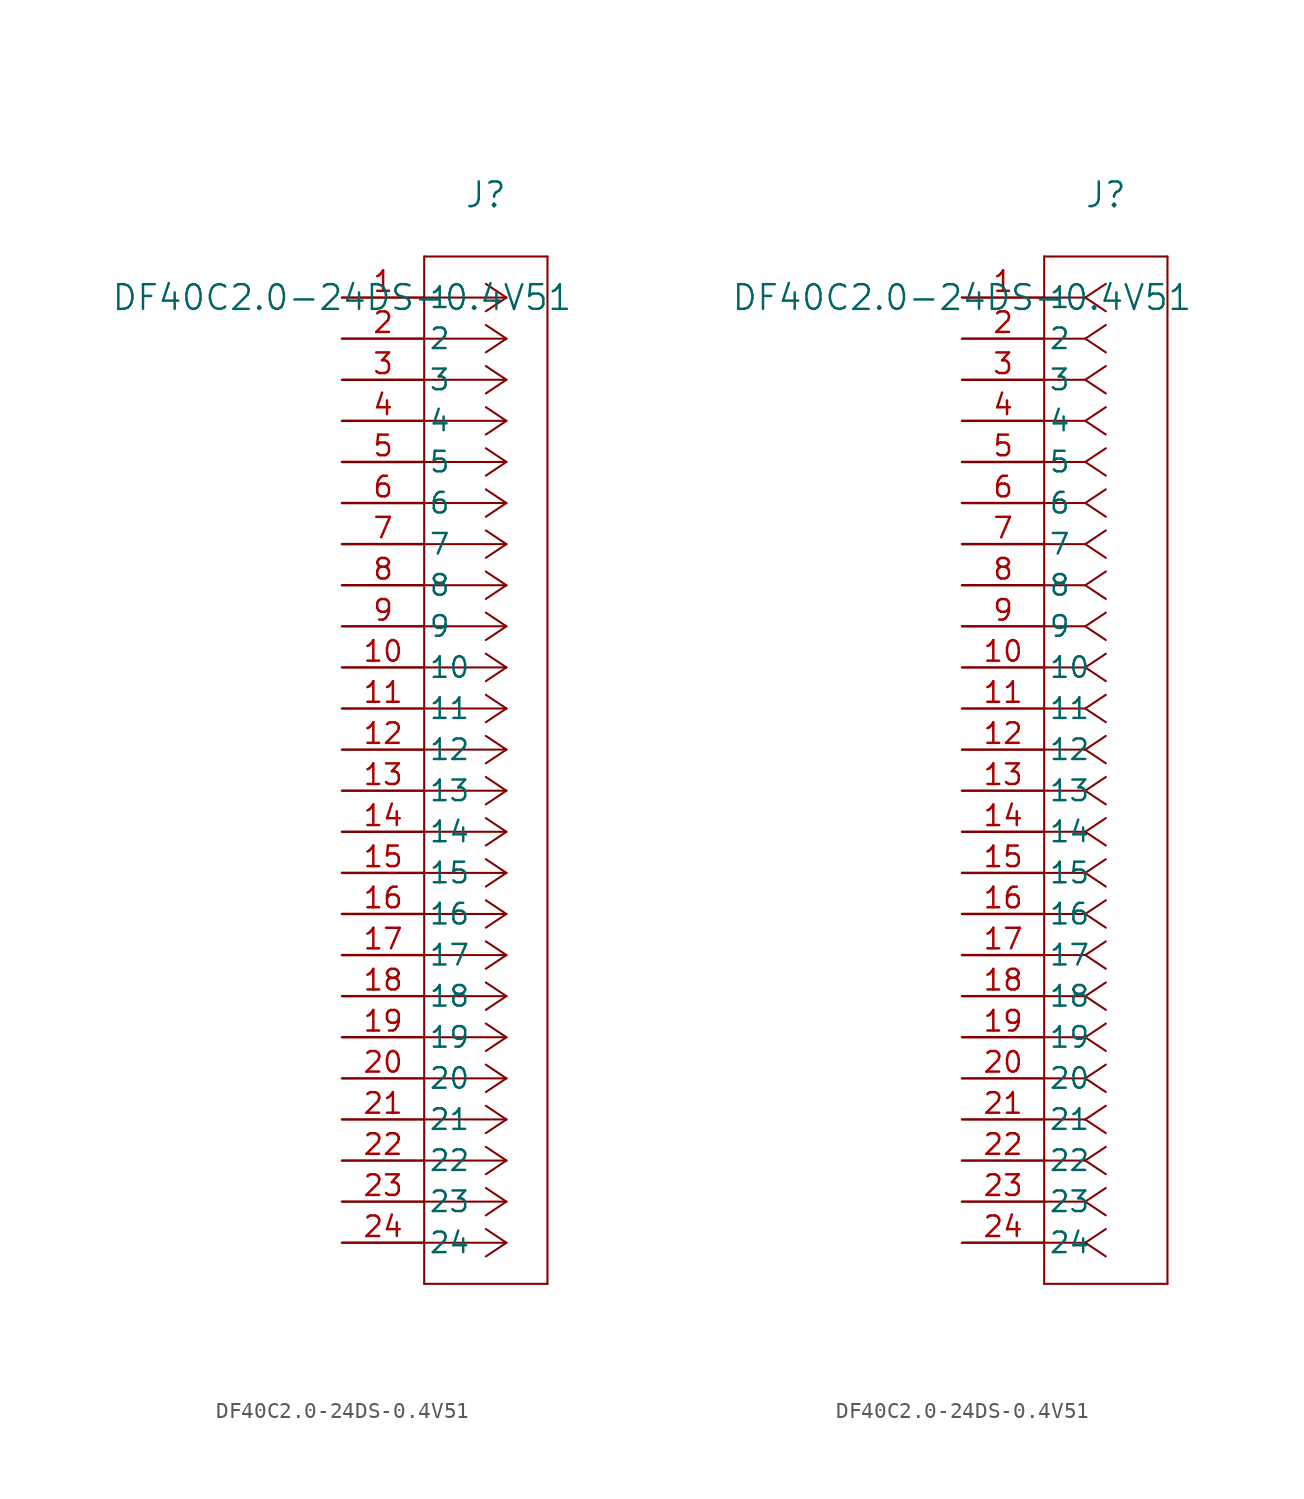
<source format=kicad_sym>
(kicad_symbol_lib
  (version 20211014)
  (generator kicad_symbol_editor)
  (symbol "DF40C2.0-24DS-0.4V51"
    (pin_names
      (offset 0.254))
    (property "Reference" "J"
      (at 8.89 6.35 0)
      (effects (font (size 1.524 1.524))))
    (property "Value" "DF40C2.0-24DS-0.4V51"
      (at 0 0 0)
      (effects (font (size 1.524 1.524))))
    (symbol "DF40C2.0-24DS-0.4V51_1_1"
      (polyline (pts (xy 10.16 0) (xy 5.08 0)) (stroke (width 0.127) (type default) (color 0 0 0 0)) (fill (type none)))
      (polyline (pts (xy 10.16 -2.54) (xy 5.08 -2.54)) (stroke (width 0.127) (type default) (color 0 0 0 0)) (fill (type none)))
      (polyline (pts (xy 10.16 -5.08) (xy 5.08 -5.08)) (stroke (width 0.127) (type default) (color 0 0 0 0)) (fill (type none)))
      (polyline (pts (xy 10.16 -7.62) (xy 5.08 -7.62)) (stroke (width 0.127) (type default) (color 0 0 0 0)) (fill (type none)))
      (polyline (pts (xy 10.16 -10.16) (xy 5.08 -10.16)) (stroke (width 0.127) (type default) (color 0 0 0 0)) (fill (type none)))
      (polyline (pts (xy 10.16 -12.7) (xy 5.08 -12.7)) (stroke (width 0.127) (type default) (color 0 0 0 0)) (fill (type none)))
      (polyline (pts (xy 10.16 -15.24) (xy 5.08 -15.24)) (stroke (width 0.127) (type default) (color 0 0 0 0)) (fill (type none)))
      (polyline (pts (xy 10.16 -17.78) (xy 5.08 -17.78)) (stroke (width 0.127) (type default) (color 0 0 0 0)) (fill (type none)))
      (polyline (pts (xy 10.16 -20.32) (xy 5.08 -20.32)) (stroke (width 0.127) (type default) (color 0 0 0 0)) (fill (type none)))
      (polyline (pts (xy 10.16 -22.86) (xy 5.08 -22.86)) (stroke (width 0.127) (type default) (color 0 0 0 0)) (fill (type none)))
      (polyline (pts (xy 10.16 -25.4) (xy 5.08 -25.4)) (stroke (width 0.127) (type default) (color 0 0 0 0)) (fill (type none)))
      (polyline (pts (xy 10.16 -27.94) (xy 5.08 -27.94)) (stroke (width 0.127) (type default) (color 0 0 0 0)) (fill (type none)))
      (polyline (pts (xy 10.16 -30.48) (xy 5.08 -30.48)) (stroke (width 0.127) (type default) (color 0 0 0 0)) (fill (type none)))
      (polyline (pts (xy 10.16 -33.02) (xy 5.08 -33.02)) (stroke (width 0.127) (type default) (color 0 0 0 0)) (fill (type none)))
      (polyline (pts (xy 10.16 -35.56) (xy 5.08 -35.56)) (stroke (width 0.127) (type default) (color 0 0 0 0)) (fill (type none)))
      (polyline (pts (xy 10.16 -38.1) (xy 5.08 -38.1)) (stroke (width 0.127) (type default) (color 0 0 0 0)) (fill (type none)))
      (polyline (pts (xy 10.16 -40.64) (xy 5.08 -40.64)) (stroke (width 0.127) (type default) (color 0 0 0 0)) (fill (type none)))
      (polyline (pts (xy 10.16 -43.18) (xy 5.08 -43.18)) (stroke (width 0.127) (type default) (color 0 0 0 0)) (fill (type none)))
      (polyline (pts (xy 10.16 -45.72) (xy 5.08 -45.72)) (stroke (width 0.127) (type default) (color 0 0 0 0)) (fill (type none)))
      (polyline (pts (xy 10.16 -48.26) (xy 5.08 -48.26)) (stroke (width 0.127) (type default) (color 0 0 0 0)) (fill (type none)))
      (polyline (pts (xy 10.16 -50.8) (xy 5.08 -50.8)) (stroke (width 0.127) (type default) (color 0 0 0 0)) (fill (type none)))
      (polyline (pts (xy 10.16 -53.34) (xy 5.08 -53.34)) (stroke (width 0.127) (type default) (color 0 0 0 0)) (fill (type none)))
      (polyline (pts (xy 10.16 -55.88) (xy 5.08 -55.88)) (stroke (width 0.127) (type default) (color 0 0 0 0)) (fill (type none)))
      (polyline (pts (xy 10.16 -58.42) (xy 5.08 -58.42)) (stroke (width 0.127) (type default) (color 0 0 0 0)) (fill (type none)))
      (polyline (pts (xy 10.16 0) (xy 8.89 0.847)) (stroke (width 0.127) (type default) (color 0 0 0 0)) (fill (type none)))
      (polyline (pts (xy 10.16 -2.54) (xy 8.89 -1.693)) (stroke (width 0.127) (type default) (color 0 0 0 0)) (fill (type none)))
      (polyline (pts (xy 10.16 -5.08) (xy 8.89 -4.233)) (stroke (width 0.127) (type default) (color 0 0 0 0)) (fill (type none)))
      (polyline (pts (xy 10.16 -7.62) (xy 8.89 -6.773)) (stroke (width 0.127) (type default) (color 0 0 0 0)) (fill (type none)))
      (polyline (pts (xy 10.16 -10.16) (xy 8.89 -9.313)) (stroke (width 0.127) (type default) (color 0 0 0 0)) (fill (type none)))
      (polyline (pts (xy 10.16 -12.7) (xy 8.89 -11.853)) (stroke (width 0.127) (type default) (color 0 0 0 0)) (fill (type none)))
      (polyline (pts (xy 10.16 -15.24) (xy 8.89 -14.393)) (stroke (width 0.127) (type default) (color 0 0 0 0)) (fill (type none)))
      (polyline (pts (xy 10.16 -17.78) (xy 8.89 -16.933)) (stroke (width 0.127) (type default) (color 0 0 0 0)) (fill (type none)))
      (polyline (pts (xy 10.16 -20.32) (xy 8.89 -19.473)) (stroke (width 0.127) (type default) (color 0 0 0 0)) (fill (type none)))
      (polyline (pts (xy 10.16 -22.86) (xy 8.89 -22.013)) (stroke (width 0.127) (type default) (color 0 0 0 0)) (fill (type none)))
      (polyline (pts (xy 10.16 -25.4) (xy 8.89 -24.553)) (stroke (width 0.127) (type default) (color 0 0 0 0)) (fill (type none)))
      (polyline (pts (xy 10.16 -27.94) (xy 8.89 -27.093)) (stroke (width 0.127) (type default) (color 0 0 0 0)) (fill (type none)))
      (polyline (pts (xy 10.16 -30.48) (xy 8.89 -29.633)) (stroke (width 0.127) (type default) (color 0 0 0 0)) (fill (type none)))
      (polyline (pts (xy 10.16 -33.02) (xy 8.89 -32.173)) (stroke (width 0.127) (type default) (color 0 0 0 0)) (fill (type none)))
      (polyline (pts (xy 10.16 -35.56) (xy 8.89 -34.713)) (stroke (width 0.127) (type default) (color 0 0 0 0)) (fill (type none)))
      (polyline (pts (xy 10.16 -38.1) (xy 8.89 -37.253)) (stroke (width 0.127) (type default) (color 0 0 0 0)) (fill (type none)))
      (polyline (pts (xy 10.16 -40.64) (xy 8.89 -39.793)) (stroke (width 0.127) (type default) (color 0 0 0 0)) (fill (type none)))
      (polyline (pts (xy 10.16 -43.18) (xy 8.89 -42.333)) (stroke (width 0.127) (type default) (color 0 0 0 0)) (fill (type none)))
      (polyline (pts (xy 10.16 -45.72) (xy 8.89 -44.873)) (stroke (width 0.127) (type default) (color 0 0 0 0)) (fill (type none)))
      (polyline (pts (xy 10.16 -48.26) (xy 8.89 -47.413)) (stroke (width 0.127) (type default) (color 0 0 0 0)) (fill (type none)))
      (polyline (pts (xy 10.16 -50.8) (xy 8.89 -49.953)) (stroke (width 0.127) (type default) (color 0 0 0 0)) (fill (type none)))
      (polyline (pts (xy 10.16 -53.34) (xy 8.89 -52.493)) (stroke (width 0.127) (type default) (color 0 0 0 0)) (fill (type none)))
      (polyline (pts (xy 10.16 -55.88) (xy 8.89 -55.033)) (stroke (width 0.127) (type default) (color 0 0 0 0)) (fill (type none)))
      (polyline (pts (xy 10.16 -58.42) (xy 8.89 -57.573)) (stroke (width 0.127) (type default) (color 0 0 0 0)) (fill (type none)))
      (polyline (pts (xy 10.16 0) (xy 8.89 -0.847)) (stroke (width 0.127) (type default) (color 0 0 0 0)) (fill (type none)))
      (polyline (pts (xy 10.16 -2.54) (xy 8.89 -3.387)) (stroke (width 0.127) (type default) (color 0 0 0 0)) (fill (type none)))
      (polyline (pts (xy 10.16 -5.08) (xy 8.89 -5.927)) (stroke (width 0.127) (type default) (color 0 0 0 0)) (fill (type none)))
      (polyline (pts (xy 10.16 -7.62) (xy 8.89 -8.467)) (stroke (width 0.127) (type default) (color 0 0 0 0)) (fill (type none)))
      (polyline (pts (xy 10.16 -10.16) (xy 8.89 -11.007)) (stroke (width 0.127) (type default) (color 0 0 0 0)) (fill (type none)))
      (polyline (pts (xy 10.16 -12.7) (xy 8.89 -13.547)) (stroke (width 0.127) (type default) (color 0 0 0 0)) (fill (type none)))
      (polyline (pts (xy 10.16 -15.24) (xy 8.89 -16.087)) (stroke (width 0.127) (type default) (color 0 0 0 0)) (fill (type none)))
      (polyline (pts (xy 10.16 -17.78) (xy 8.89 -18.627)) (stroke (width 0.127) (type default) (color 0 0 0 0)) (fill (type none)))
      (polyline (pts (xy 10.16 -20.32) (xy 8.89 -21.167)) (stroke (width 0.127) (type default) (color 0 0 0 0)) (fill (type none)))
      (polyline (pts (xy 10.16 -22.86) (xy 8.89 -23.707)) (stroke (width 0.127) (type default) (color 0 0 0 0)) (fill (type none)))
      (polyline (pts (xy 10.16 -25.4) (xy 8.89 -26.247)) (stroke (width 0.127) (type default) (color 0 0 0 0)) (fill (type none)))
      (polyline (pts (xy 10.16 -27.94) (xy 8.89 -28.787)) (stroke (width 0.127) (type default) (color 0 0 0 0)) (fill (type none)))
      (polyline (pts (xy 10.16 -30.48) (xy 8.89 -31.327)) (stroke (width 0.127) (type default) (color 0 0 0 0)) (fill (type none)))
      (polyline (pts (xy 10.16 -33.02) (xy 8.89 -33.867)) (stroke (width 0.127) (type default) (color 0 0 0 0)) (fill (type none)))
      (polyline (pts (xy 10.16 -35.56) (xy 8.89 -36.407)) (stroke (width 0.127) (type default) (color 0 0 0 0)) (fill (type none)))
      (polyline (pts (xy 10.16 -38.1) (xy 8.89 -38.947)) (stroke (width 0.127) (type default) (color 0 0 0 0)) (fill (type none)))
      (polyline (pts (xy 10.16 -40.64) (xy 8.89 -41.487)) (stroke (width 0.127) (type default) (color 0 0 0 0)) (fill (type none)))
      (polyline (pts (xy 10.16 -43.18) (xy 8.89 -44.027)) (stroke (width 0.127) (type default) (color 0 0 0 0)) (fill (type none)))
      (polyline (pts (xy 10.16 -45.72) (xy 8.89 -46.567)) (stroke (width 0.127) (type default) (color 0 0 0 0)) (fill (type none)))
      (polyline (pts (xy 10.16 -48.26) (xy 8.89 -49.107)) (stroke (width 0.127) (type default) (color 0 0 0 0)) (fill (type none)))
      (polyline (pts (xy 10.16 -50.8) (xy 8.89 -51.647)) (stroke (width 0.127) (type default) (color 0 0 0 0)) (fill (type none)))
      (polyline (pts (xy 10.16 -53.34) (xy 8.89 -54.187)) (stroke (width 0.127) (type default) (color 0 0 0 0)) (fill (type none)))
      (polyline (pts (xy 10.16 -55.88) (xy 8.89 -56.727)) (stroke (width 0.127) (type default) (color 0 0 0 0)) (fill (type none)))
      (polyline (pts (xy 10.16 -58.42) (xy 8.89 -59.267)) (stroke (width 0.127) (type default) (color 0 0 0 0)) (fill (type none)))
      (polyline (pts (xy 5.08 2.54) (xy 5.08 -60.96)) (stroke (width 0.127) (type default) (color 0 0 0 0)) (fill (type none)))
      (polyline (pts (xy 5.08 -60.96) (xy 12.7 -60.96)) (stroke (width 0.127) (type default) (color 0 0 0 0)) (fill (type none)))
      (polyline (pts (xy 12.7 -60.96) (xy 12.7 2.54)) (stroke (width 0.127) (type default) (color 0 0 0 0)) (fill (type none)))
      (polyline (pts (xy 12.7 2.54) (xy 5.08 2.54)) (stroke (width 0.127) (type default) (color 0 0 0 0)) (fill (type none)))
      (pin unspecified line (at 0 0 0) (length 5.08) (name "1" (effects (font (size 1.27 1.27)))) (number "1" (effects (font (size 1.27 1.27)))))
      (pin unspecified line (at 0 -2.54 0) (length 5.08) (name "2" (effects (font (size 1.27 1.27)))) (number "2" (effects (font (size 1.27 1.27)))))
      (pin unspecified line (at 0 -5.08 0) (length 5.08) (name "3" (effects (font (size 1.27 1.27)))) (number "3" (effects (font (size 1.27 1.27)))))
      (pin unspecified line (at 0 -7.62 0) (length 5.08) (name "4" (effects (font (size 1.27 1.27)))) (number "4" (effects (font (size 1.27 1.27)))))
      (pin unspecified line (at 0 -10.16 0) (length 5.08) (name "5" (effects (font (size 1.27 1.27)))) (number "5" (effects (font (size 1.27 1.27)))))
      (pin unspecified line (at 0 -12.7 0) (length 5.08) (name "6" (effects (font (size 1.27 1.27)))) (number "6" (effects (font (size 1.27 1.27)))))
      (pin unspecified line (at 0 -15.24 0) (length 5.08) (name "7" (effects (font (size 1.27 1.27)))) (number "7" (effects (font (size 1.27 1.27)))))
      (pin unspecified line (at 0 -17.78 0) (length 5.08) (name "8" (effects (font (size 1.27 1.27)))) (number "8" (effects (font (size 1.27 1.27)))))
      (pin unspecified line (at 0 -20.32 0) (length 5.08) (name "9" (effects (font (size 1.27 1.27)))) (number "9" (effects (font (size 1.27 1.27)))))
      (pin unspecified line (at 0 -22.86 0) (length 5.08) (name "10" (effects (font (size 1.27 1.27)))) (number "10" (effects (font (size 1.27 1.27)))))
      (pin unspecified line (at 0 -25.4 0) (length 5.08) (name "11" (effects (font (size 1.27 1.27)))) (number "11" (effects (font (size 1.27 1.27)))))
      (pin unspecified line (at 0 -27.94 0) (length 5.08) (name "12" (effects (font (size 1.27 1.27)))) (number "12" (effects (font (size 1.27 1.27)))))
      (pin unspecified line (at 0 -30.48 0) (length 5.08) (name "13" (effects (font (size 1.27 1.27)))) (number "13" (effects (font (size 1.27 1.27)))))
      (pin unspecified line (at 0 -33.02 0) (length 5.08) (name "14" (effects (font (size 1.27 1.27)))) (number "14" (effects (font (size 1.27 1.27)))))
      (pin unspecified line (at 0 -35.56 0) (length 5.08) (name "15" (effects (font (size 1.27 1.27)))) (number "15" (effects (font (size 1.27 1.27)))))
      (pin unspecified line (at 0 -38.1 0) (length 5.08) (name "16" (effects (font (size 1.27 1.27)))) (number "16" (effects (font (size 1.27 1.27)))))
      (pin unspecified line (at 0 -40.64 0) (length 5.08) (name "17" (effects (font (size 1.27 1.27)))) (number "17" (effects (font (size 1.27 1.27)))))
      (pin unspecified line (at 0 -43.18 0) (length 5.08) (name "18" (effects (font (size 1.27 1.27)))) (number "18" (effects (font (size 1.27 1.27)))))
      (pin unspecified line (at 0 -45.72 0) (length 5.08) (name "19" (effects (font (size 1.27 1.27)))) (number "19" (effects (font (size 1.27 1.27)))))
      (pin unspecified line (at 0 -48.26 0) (length 5.08) (name "20" (effects (font (size 1.27 1.27)))) (number "20" (effects (font (size 1.27 1.27)))))
      (pin unspecified line (at 0 -50.8 0) (length 5.08) (name "21" (effects (font (size 1.27 1.27)))) (number "21" (effects (font (size 1.27 1.27)))))
      (pin unspecified line (at 0 -53.34 0) (length 5.08) (name "22" (effects (font (size 1.27 1.27)))) (number "22" (effects (font (size 1.27 1.27)))))
      (pin unspecified line (at 0 -55.88 0) (length 5.08) (name "23" (effects (font (size 1.27 1.27)))) (number "23" (effects (font (size 1.27 1.27)))))
      (pin unspecified line (at 0 -58.42 0) (length 5.08) (name "24" (effects (font (size 1.27 1.27)))) (number "24" (effects (font (size 1.27 1.27))))))
    (symbol "DF40C2.0-24DS-0.4V51_1_2"
      (polyline (pts (xy 7.62 0) (xy 5.08 0)) (stroke (width 0.127) (type default) (color 0 0 0 0)) (fill (type none)))
      (polyline (pts (xy 7.62 -2.54) (xy 5.08 -2.54)) (stroke (width 0.127) (type default) (color 0 0 0 0)) (fill (type none)))
      (polyline (pts (xy 7.62 -5.08) (xy 5.08 -5.08)) (stroke (width 0.127) (type default) (color 0 0 0 0)) (fill (type none)))
      (polyline (pts (xy 7.62 -7.62) (xy 5.08 -7.62)) (stroke (width 0.127) (type default) (color 0 0 0 0)) (fill (type none)))
      (polyline (pts (xy 7.62 -10.16) (xy 5.08 -10.16)) (stroke (width 0.127) (type default) (color 0 0 0 0)) (fill (type none)))
      (polyline (pts (xy 7.62 -12.7) (xy 5.08 -12.7)) (stroke (width 0.127) (type default) (color 0 0 0 0)) (fill (type none)))
      (polyline (pts (xy 7.62 -15.24) (xy 5.08 -15.24)) (stroke (width 0.127) (type default) (color 0 0 0 0)) (fill (type none)))
      (polyline (pts (xy 7.62 -17.78) (xy 5.08 -17.78)) (stroke (width 0.127) (type default) (color 0 0 0 0)) (fill (type none)))
      (polyline (pts (xy 7.62 -20.32) (xy 5.08 -20.32)) (stroke (width 0.127) (type default) (color 0 0 0 0)) (fill (type none)))
      (polyline (pts (xy 7.62 -22.86) (xy 5.08 -22.86)) (stroke (width 0.127) (type default) (color 0 0 0 0)) (fill (type none)))
      (polyline (pts (xy 7.62 -25.4) (xy 5.08 -25.4)) (stroke (width 0.127) (type default) (color 0 0 0 0)) (fill (type none)))
      (polyline (pts (xy 7.62 -27.94) (xy 5.08 -27.94)) (stroke (width 0.127) (type default) (color 0 0 0 0)) (fill (type none)))
      (polyline (pts (xy 7.62 -30.48) (xy 5.08 -30.48)) (stroke (width 0.127) (type default) (color 0 0 0 0)) (fill (type none)))
      (polyline (pts (xy 7.62 -33.02) (xy 5.08 -33.02)) (stroke (width 0.127) (type default) (color 0 0 0 0)) (fill (type none)))
      (polyline (pts (xy 7.62 -35.56) (xy 5.08 -35.56)) (stroke (width 0.127) (type default) (color 0 0 0 0)) (fill (type none)))
      (polyline (pts (xy 7.62 -38.1) (xy 5.08 -38.1)) (stroke (width 0.127) (type default) (color 0 0 0 0)) (fill (type none)))
      (polyline (pts (xy 7.62 -40.64) (xy 5.08 -40.64)) (stroke (width 0.127) (type default) (color 0 0 0 0)) (fill (type none)))
      (polyline (pts (xy 7.62 -43.18) (xy 5.08 -43.18)) (stroke (width 0.127) (type default) (color 0 0 0 0)) (fill (type none)))
      (polyline (pts (xy 7.62 -45.72) (xy 5.08 -45.72)) (stroke (width 0.127) (type default) (color 0 0 0 0)) (fill (type none)))
      (polyline (pts (xy 7.62 -48.26) (xy 5.08 -48.26)) (stroke (width 0.127) (type default) (color 0 0 0 0)) (fill (type none)))
      (polyline (pts (xy 7.62 -50.8) (xy 5.08 -50.8)) (stroke (width 0.127) (type default) (color 0 0 0 0)) (fill (type none)))
      (polyline (pts (xy 7.62 -53.34) (xy 5.08 -53.34)) (stroke (width 0.127) (type default) (color 0 0 0 0)) (fill (type none)))
      (polyline (pts (xy 7.62 -55.88) (xy 5.08 -55.88)) (stroke (width 0.127) (type default) (color 0 0 0 0)) (fill (type none)))
      (polyline (pts (xy 7.62 -58.42) (xy 5.08 -58.42)) (stroke (width 0.127) (type default) (color 0 0 0 0)) (fill (type none)))
      (polyline (pts (xy 7.62 0) (xy 8.89 0.847)) (stroke (width 0.127) (type default) (color 0 0 0 0)) (fill (type none)))
      (polyline (pts (xy 7.62 -2.54) (xy 8.89 -1.693)) (stroke (width 0.127) (type default) (color 0 0 0 0)) (fill (type none)))
      (polyline (pts (xy 7.62 -5.08) (xy 8.89 -4.233)) (stroke (width 0.127) (type default) (color 0 0 0 0)) (fill (type none)))
      (polyline (pts (xy 7.62 -7.62) (xy 8.89 -6.773)) (stroke (width 0.127) (type default) (color 0 0 0 0)) (fill (type none)))
      (polyline (pts (xy 7.62 -10.16) (xy 8.89 -9.313)) (stroke (width 0.127) (type default) (color 0 0 0 0)) (fill (type none)))
      (polyline (pts (xy 7.62 -12.7) (xy 8.89 -11.853)) (stroke (width 0.127) (type default) (color 0 0 0 0)) (fill (type none)))
      (polyline (pts (xy 7.62 -15.24) (xy 8.89 -14.393)) (stroke (width 0.127) (type default) (color 0 0 0 0)) (fill (type none)))
      (polyline (pts (xy 7.62 -17.78) (xy 8.89 -16.933)) (stroke (width 0.127) (type default) (color 0 0 0 0)) (fill (type none)))
      (polyline (pts (xy 7.62 -20.32) (xy 8.89 -19.473)) (stroke (width 0.127) (type default) (color 0 0 0 0)) (fill (type none)))
      (polyline (pts (xy 7.62 -22.86) (xy 8.89 -22.013)) (stroke (width 0.127) (type default) (color 0 0 0 0)) (fill (type none)))
      (polyline (pts (xy 7.62 -25.4) (xy 8.89 -24.553)) (stroke (width 0.127) (type default) (color 0 0 0 0)) (fill (type none)))
      (polyline (pts (xy 7.62 -27.94) (xy 8.89 -27.093)) (stroke (width 0.127) (type default) (color 0 0 0 0)) (fill (type none)))
      (polyline (pts (xy 7.62 -30.48) (xy 8.89 -29.633)) (stroke (width 0.127) (type default) (color 0 0 0 0)) (fill (type none)))
      (polyline (pts (xy 7.62 -33.02) (xy 8.89 -32.173)) (stroke (width 0.127) (type default) (color 0 0 0 0)) (fill (type none)))
      (polyline (pts (xy 7.62 -35.56) (xy 8.89 -34.713)) (stroke (width 0.127) (type default) (color 0 0 0 0)) (fill (type none)))
      (polyline (pts (xy 7.62 -38.1) (xy 8.89 -37.253)) (stroke (width 0.127) (type default) (color 0 0 0 0)) (fill (type none)))
      (polyline (pts (xy 7.62 -40.64) (xy 8.89 -39.793)) (stroke (width 0.127) (type default) (color 0 0 0 0)) (fill (type none)))
      (polyline (pts (xy 7.62 -43.18) (xy 8.89 -42.333)) (stroke (width 0.127) (type default) (color 0 0 0 0)) (fill (type none)))
      (polyline (pts (xy 7.62 -45.72) (xy 8.89 -44.873)) (stroke (width 0.127) (type default) (color 0 0 0 0)) (fill (type none)))
      (polyline (pts (xy 7.62 -48.26) (xy 8.89 -47.413)) (stroke (width 0.127) (type default) (color 0 0 0 0)) (fill (type none)))
      (polyline (pts (xy 7.62 -50.8) (xy 8.89 -49.953)) (stroke (width 0.127) (type default) (color 0 0 0 0)) (fill (type none)))
      (polyline (pts (xy 7.62 -53.34) (xy 8.89 -52.493)) (stroke (width 0.127) (type default) (color 0 0 0 0)) (fill (type none)))
      (polyline (pts (xy 7.62 -55.88) (xy 8.89 -55.033)) (stroke (width 0.127) (type default) (color 0 0 0 0)) (fill (type none)))
      (polyline (pts (xy 7.62 -58.42) (xy 8.89 -57.573)) (stroke (width 0.127) (type default) (color 0 0 0 0)) (fill (type none)))
      (polyline (pts (xy 7.62 0) (xy 8.89 -0.847)) (stroke (width 0.127) (type default) (color 0 0 0 0)) (fill (type none)))
      (polyline (pts (xy 7.62 -2.54) (xy 8.89 -3.387)) (stroke (width 0.127) (type default) (color 0 0 0 0)) (fill (type none)))
      (polyline (pts (xy 7.62 -5.08) (xy 8.89 -5.927)) (stroke (width 0.127) (type default) (color 0 0 0 0)) (fill (type none)))
      (polyline (pts (xy 7.62 -7.62) (xy 8.89 -8.467)) (stroke (width 0.127) (type default) (color 0 0 0 0)) (fill (type none)))
      (polyline (pts (xy 7.62 -10.16) (xy 8.89 -11.007)) (stroke (width 0.127) (type default) (color 0 0 0 0)) (fill (type none)))
      (polyline (pts (xy 7.62 -12.7) (xy 8.89 -13.547)) (stroke (width 0.127) (type default) (color 0 0 0 0)) (fill (type none)))
      (polyline (pts (xy 7.62 -15.24) (xy 8.89 -16.087)) (stroke (width 0.127) (type default) (color 0 0 0 0)) (fill (type none)))
      (polyline (pts (xy 7.62 -17.78) (xy 8.89 -18.627)) (stroke (width 0.127) (type default) (color 0 0 0 0)) (fill (type none)))
      (polyline (pts (xy 7.62 -20.32) (xy 8.89 -21.167)) (stroke (width 0.127) (type default) (color 0 0 0 0)) (fill (type none)))
      (polyline (pts (xy 7.62 -22.86) (xy 8.89 -23.707)) (stroke (width 0.127) (type default) (color 0 0 0 0)) (fill (type none)))
      (polyline (pts (xy 7.62 -25.4) (xy 8.89 -26.247)) (stroke (width 0.127) (type default) (color 0 0 0 0)) (fill (type none)))
      (polyline (pts (xy 7.62 -27.94) (xy 8.89 -28.787)) (stroke (width 0.127) (type default) (color 0 0 0 0)) (fill (type none)))
      (polyline (pts (xy 7.62 -30.48) (xy 8.89 -31.327)) (stroke (width 0.127) (type default) (color 0 0 0 0)) (fill (type none)))
      (polyline (pts (xy 7.62 -33.02) (xy 8.89 -33.867)) (stroke (width 0.127) (type default) (color 0 0 0 0)) (fill (type none)))
      (polyline (pts (xy 7.62 -35.56) (xy 8.89 -36.407)) (stroke (width 0.127) (type default) (color 0 0 0 0)) (fill (type none)))
      (polyline (pts (xy 7.62 -38.1) (xy 8.89 -38.947)) (stroke (width 0.127) (type default) (color 0 0 0 0)) (fill (type none)))
      (polyline (pts (xy 7.62 -40.64) (xy 8.89 -41.487)) (stroke (width 0.127) (type default) (color 0 0 0 0)) (fill (type none)))
      (polyline (pts (xy 7.62 -43.18) (xy 8.89 -44.027)) (stroke (width 0.127) (type default) (color 0 0 0 0)) (fill (type none)))
      (polyline (pts (xy 7.62 -45.72) (xy 8.89 -46.567)) (stroke (width 0.127) (type default) (color 0 0 0 0)) (fill (type none)))
      (polyline (pts (xy 7.62 -48.26) (xy 8.89 -49.107)) (stroke (width 0.127) (type default) (color 0 0 0 0)) (fill (type none)))
      (polyline (pts (xy 7.62 -50.8) (xy 8.89 -51.647)) (stroke (width 0.127) (type default) (color 0 0 0 0)) (fill (type none)))
      (polyline (pts (xy 7.62 -53.34) (xy 8.89 -54.187)) (stroke (width 0.127) (type default) (color 0 0 0 0)) (fill (type none)))
      (polyline (pts (xy 7.62 -55.88) (xy 8.89 -56.727)) (stroke (width 0.127) (type default) (color 0 0 0 0)) (fill (type none)))
      (polyline (pts (xy 7.62 -58.42) (xy 8.89 -59.267)) (stroke (width 0.127) (type default) (color 0 0 0 0)) (fill (type none)))
      (polyline (pts (xy 5.08 2.54) (xy 5.08 -60.96)) (stroke (width 0.127) (type default) (color 0 0 0 0)) (fill (type none)))
      (polyline (pts (xy 5.08 -60.96) (xy 12.7 -60.96)) (stroke (width 0.127) (type default) (color 0 0 0 0)) (fill (type none)))
      (polyline (pts (xy 12.7 -60.96) (xy 12.7 2.54)) (stroke (width 0.127) (type default) (color 0 0 0 0)) (fill (type none)))
      (polyline (pts (xy 12.7 2.54) (xy 5.08 2.54)) (stroke (width 0.127) (type default) (color 0 0 0 0)) (fill (type none)))
      (pin unspecified line (at 0 0 0) (length 5.08) (name "1" (effects (font (size 1.27 1.27)))) (number "1" (effects (font (size 1.27 1.27)))))
      (pin unspecified line (at 0 -2.54 0) (length 5.08) (name "2" (effects (font (size 1.27 1.27)))) (number "2" (effects (font (size 1.27 1.27)))))
      (pin unspecified line (at 0 -5.08 0) (length 5.08) (name "3" (effects (font (size 1.27 1.27)))) (number "3" (effects (font (size 1.27 1.27)))))
      (pin unspecified line (at 0 -7.62 0) (length 5.08) (name "4" (effects (font (size 1.27 1.27)))) (number "4" (effects (font (size 1.27 1.27)))))
      (pin unspecified line (at 0 -10.16 0) (length 5.08) (name "5" (effects (font (size 1.27 1.27)))) (number "5" (effects (font (size 1.27 1.27)))))
      (pin unspecified line (at 0 -12.7 0) (length 5.08) (name "6" (effects (font (size 1.27 1.27)))) (number "6" (effects (font (size 1.27 1.27)))))
      (pin unspecified line (at 0 -15.24 0) (length 5.08) (name "7" (effects (font (size 1.27 1.27)))) (number "7" (effects (font (size 1.27 1.27)))))
      (pin unspecified line (at 0 -17.78 0) (length 5.08) (name "8" (effects (font (size 1.27 1.27)))) (number "8" (effects (font (size 1.27 1.27)))))
      (pin unspecified line (at 0 -20.32 0) (length 5.08) (name "9" (effects (font (size 1.27 1.27)))) (number "9" (effects (font (size 1.27 1.27)))))
      (pin unspecified line (at 0 -22.86 0) (length 5.08) (name "10" (effects (font (size 1.27 1.27)))) (number "10" (effects (font (size 1.27 1.27)))))
      (pin unspecified line (at 0 -25.4 0) (length 5.08) (name "11" (effects (font (size 1.27 1.27)))) (number "11" (effects (font (size 1.27 1.27)))))
      (pin unspecified line (at 0 -27.94 0) (length 5.08) (name "12" (effects (font (size 1.27 1.27)))) (number "12" (effects (font (size 1.27 1.27)))))
      (pin unspecified line (at 0 -30.48 0) (length 5.08) (name "13" (effects (font (size 1.27 1.27)))) (number "13" (effects (font (size 1.27 1.27)))))
      (pin unspecified line (at 0 -33.02 0) (length 5.08) (name "14" (effects (font (size 1.27 1.27)))) (number "14" (effects (font (size 1.27 1.27)))))
      (pin unspecified line (at 0 -35.56 0) (length 5.08) (name "15" (effects (font (size 1.27 1.27)))) (number "15" (effects (font (size 1.27 1.27)))))
      (pin unspecified line (at 0 -38.1 0) (length 5.08) (name "16" (effects (font (size 1.27 1.27)))) (number "16" (effects (font (size 1.27 1.27)))))
      (pin unspecified line (at 0 -40.64 0) (length 5.08) (name "17" (effects (font (size 1.27 1.27)))) (number "17" (effects (font (size 1.27 1.27)))))
      (pin unspecified line (at 0 -43.18 0) (length 5.08) (name "18" (effects (font (size 1.27 1.27)))) (number "18" (effects (font (size 1.27 1.27)))))
      (pin unspecified line (at 0 -45.72 0) (length 5.08) (name "19" (effects (font (size 1.27 1.27)))) (number "19" (effects (font (size 1.27 1.27)))))
      (pin unspecified line (at 0 -48.26 0) (length 5.08) (name "20" (effects (font (size 1.27 1.27)))) (number "20" (effects (font (size 1.27 1.27)))))
      (pin unspecified line (at 0 -50.8 0) (length 5.08) (name "21" (effects (font (size 1.27 1.27)))) (number "21" (effects (font (size 1.27 1.27)))))
      (pin unspecified line (at 0 -53.34 0) (length 5.08) (name "22" (effects (font (size 1.27 1.27)))) (number "22" (effects (font (size 1.27 1.27)))))
      (pin unspecified line (at 0 -55.88 0) (length 5.08) (name "23" (effects (font (size 1.27 1.27)))) (number "23" (effects (font (size 1.27 1.27)))))
      (pin unspecified line (at 0 -58.42 0) (length 5.08) (name "24" (effects (font (size 1.27 1.27)))) (number "24" (effects (font (size 1.27 1.27))))))))
</source>
